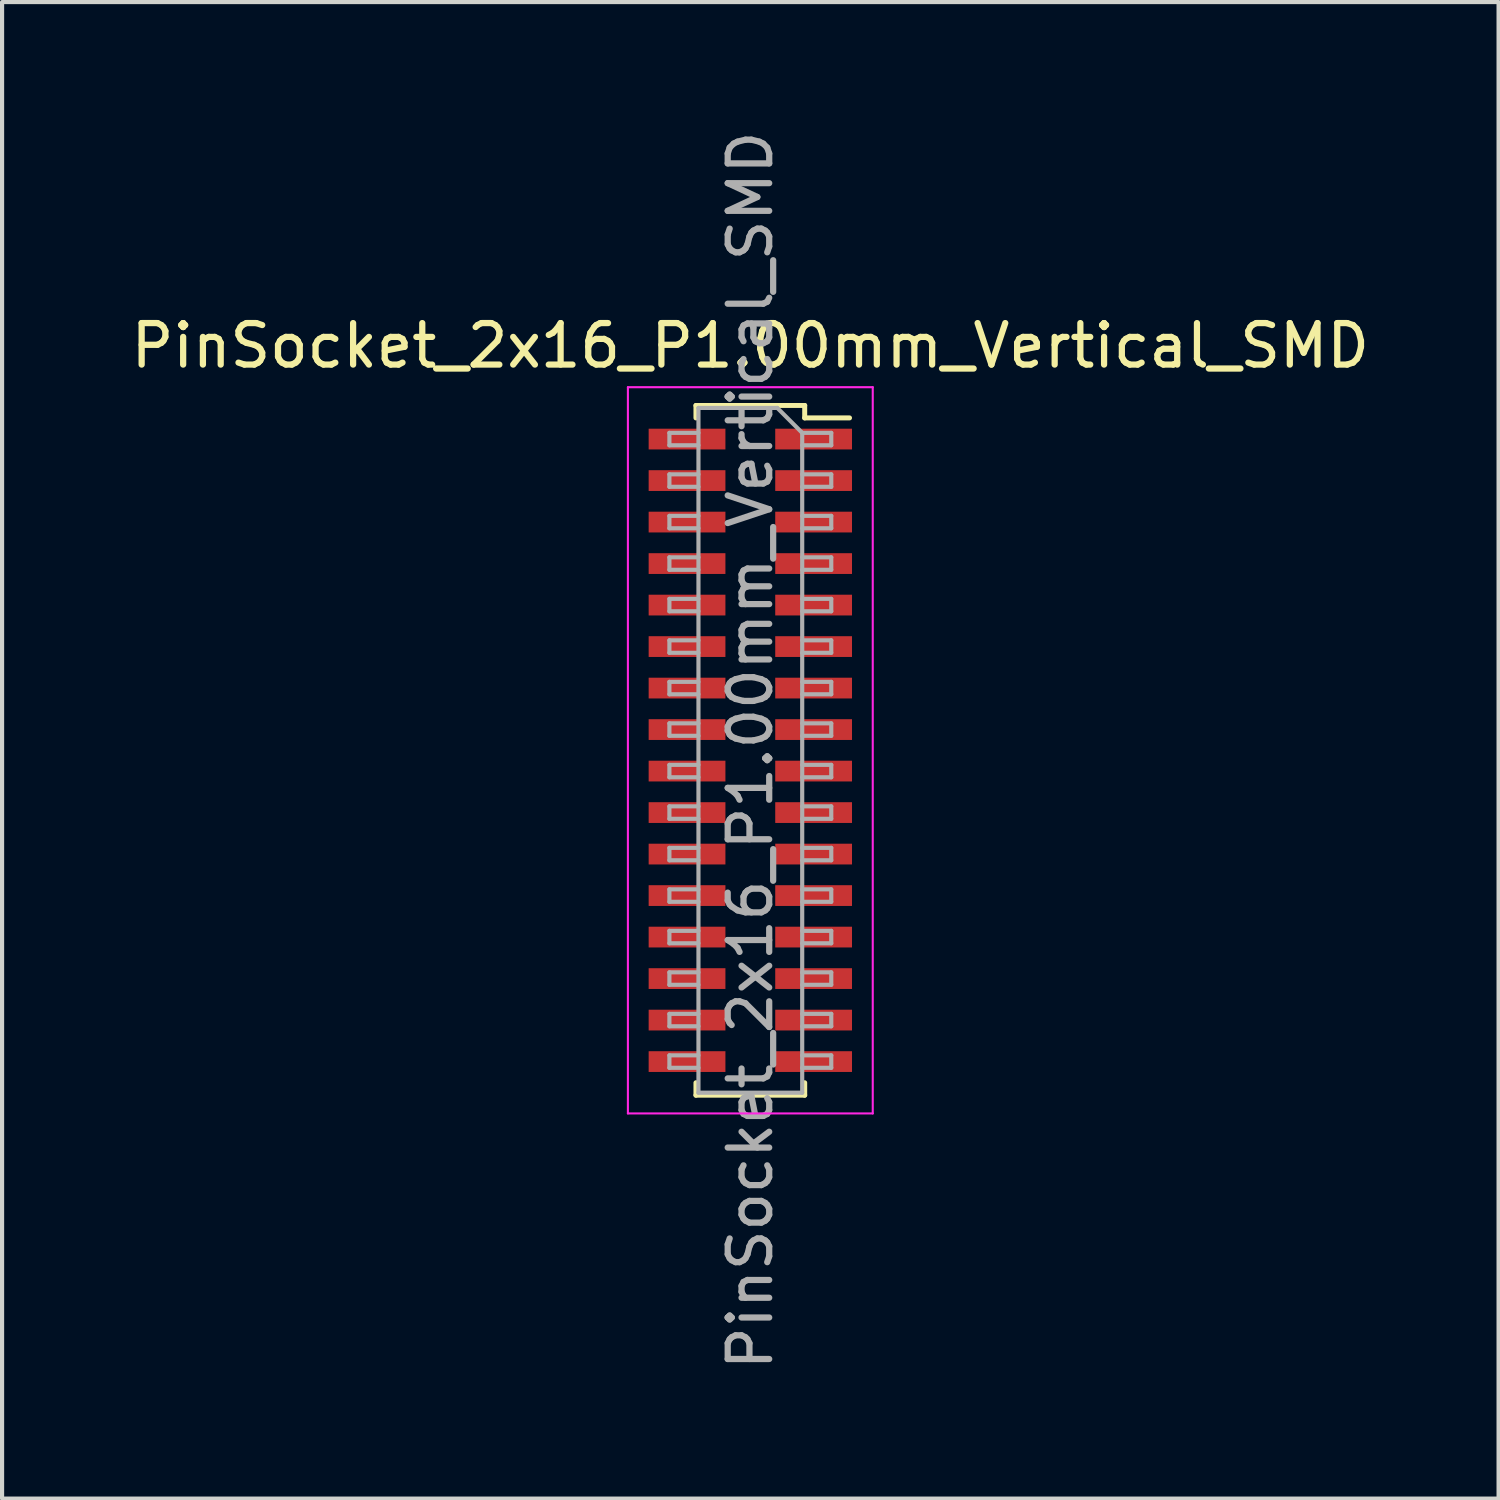
<source format=kicad_pcb>
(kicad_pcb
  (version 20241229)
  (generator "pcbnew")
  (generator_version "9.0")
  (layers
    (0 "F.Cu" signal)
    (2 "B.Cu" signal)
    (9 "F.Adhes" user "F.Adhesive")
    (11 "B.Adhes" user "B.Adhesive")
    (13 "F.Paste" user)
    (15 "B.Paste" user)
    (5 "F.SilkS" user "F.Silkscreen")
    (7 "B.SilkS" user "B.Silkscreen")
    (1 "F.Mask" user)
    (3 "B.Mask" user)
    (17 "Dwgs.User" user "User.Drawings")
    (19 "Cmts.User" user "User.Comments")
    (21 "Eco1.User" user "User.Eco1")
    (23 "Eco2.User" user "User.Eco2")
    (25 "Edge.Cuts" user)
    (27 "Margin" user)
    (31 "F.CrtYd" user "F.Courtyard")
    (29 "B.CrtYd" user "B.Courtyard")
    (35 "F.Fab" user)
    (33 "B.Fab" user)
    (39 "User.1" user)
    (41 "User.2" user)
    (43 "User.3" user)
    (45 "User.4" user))
  (footprint "PinSocket_2x16_P1.00mm_Vertical_SMD"
    (layer "F.Cu")
    (at 15.03 15.03)
    (property "Reference" "PinSocket_2x16_P1.00mm_Vertical_SMD" (at 0 -9.75 0) (layer "F.SilkS") (effects (font (size 1 1) (thickness 0.15))))
    (attr smd)
    (fp_line (start -1.31 -8.31) (end -1.31 -8.01) (stroke (width 0.12) (type solid)) (layer "F.SilkS"))
    (fp_line (start -1.31 -8.31) (end 1.31 -8.31) (stroke (width 0.12) (type solid)) (layer "F.SilkS"))
    (fp_line (start -1.31 8.01) (end -1.31 8.31) (stroke (width 0.12) (type solid)) (layer "F.SilkS"))
    (fp_line (start -1.31 8.31) (end 1.31 8.31) (stroke (width 0.12) (type solid)) (layer "F.SilkS"))
    (fp_line (start 1.31 -8.31) (end 1.31 -8.01) (stroke (width 0.12) (type solid)) (layer "F.SilkS"))
    (fp_line (start 1.31 -8.01) (end 2.39 -8.01) (stroke (width 0.12) (type solid)) (layer "F.SilkS"))
    (fp_line (start 1.31 8.01) (end 1.31 8.31) (stroke (width 0.12) (type solid)) (layer "F.SilkS"))
    (fp_line (start -2.95 -8.75) (end 2.95 -8.75) (stroke (width 0.05) (type solid)) (layer "F.CrtYd"))
    (fp_line (start -2.95 8.75) (end -2.95 -8.75) (stroke (width 0.05) (type solid)) (layer "F.CrtYd"))
    (fp_line (start 2.95 -8.75) (end 2.95 8.75) (stroke (width 0.05) (type solid)) (layer "F.CrtYd"))
    (fp_line (start 2.95 8.75) (end -2.95 8.75) (stroke (width 0.05) (type solid)) (layer "F.CrtYd"))
    (fp_line (start -1.95 -7.65) (end -1.25 -7.65) (stroke (width 0.1) (type solid)) (layer "F.Fab"))
    (fp_line (start -1.95 -7.35) (end -1.95 -7.65) (stroke (width 0.1) (type solid)) (layer "F.Fab"))
    (fp_line (start -1.95 -6.65) (end -1.25 -6.65) (stroke (width 0.1) (type solid)) (layer "F.Fab"))
    (fp_line (start -1.95 -6.35) (end -1.95 -6.65) (stroke (width 0.1) (type solid)) (layer "F.Fab"))
    (fp_line (start -1.95 -5.65) (end -1.25 -5.65) (stroke (width 0.1) (type solid)) (layer "F.Fab"))
    (fp_line (start -1.95 -5.35) (end -1.95 -5.65) (stroke (width 0.1) (type solid)) (layer "F.Fab"))
    (fp_line (start -1.95 -4.65) (end -1.25 -4.65) (stroke (width 0.1) (type solid)) (layer "F.Fab"))
    (fp_line (start -1.95 -4.35) (end -1.95 -4.65) (stroke (width 0.1) (type solid)) (layer "F.Fab"))
    (fp_line (start -1.95 -3.65) (end -1.25 -3.65) (stroke (width 0.1) (type solid)) (layer "F.Fab"))
    (fp_line (start -1.95 -3.35) (end -1.95 -3.65) (stroke (width 0.1) (type solid)) (layer "F.Fab"))
    (fp_line (start -1.95 -2.65) (end -1.25 -2.65) (stroke (width 0.1) (type solid)) (layer "F.Fab"))
    (fp_line (start -1.95 -2.35) (end -1.95 -2.65) (stroke (width 0.1) (type solid)) (layer "F.Fab"))
    (fp_line (start -1.95 -1.65) (end -1.25 -1.65) (stroke (width 0.1) (type solid)) (layer "F.Fab"))
    (fp_line (start -1.95 -1.35) (end -1.95 -1.65) (stroke (width 0.1) (type solid)) (layer "F.Fab"))
    (fp_line (start -1.95 -0.65) (end -1.25 -0.65) (stroke (width 0.1) (type solid)) (layer "F.Fab"))
    (fp_line (start -1.95 -0.35) (end -1.95 -0.65) (stroke (width 0.1) (type solid)) (layer "F.Fab"))
    (fp_line (start -1.95 0.35) (end -1.25 0.35) (stroke (width 0.1) (type solid)) (layer "F.Fab"))
    (fp_line (start -1.95 0.65) (end -1.95 0.35) (stroke (width 0.1) (type solid)) (layer "F.Fab"))
    (fp_line (start -1.95 1.35) (end -1.25 1.35) (stroke (width 0.1) (type solid)) (layer "F.Fab"))
    (fp_line (start -1.95 1.65) (end -1.95 1.35) (stroke (width 0.1) (type solid)) (layer "F.Fab"))
    (fp_line (start -1.95 2.35) (end -1.25 2.35) (stroke (width 0.1) (type solid)) (layer "F.Fab"))
    (fp_line (start -1.95 2.65) (end -1.95 2.35) (stroke (width 0.1) (type solid)) (layer "F.Fab"))
    (fp_line (start -1.95 3.35) (end -1.25 3.35) (stroke (width 0.1) (type solid)) (layer "F.Fab"))
    (fp_line (start -1.95 3.65) (end -1.95 3.35) (stroke (width 0.1) (type solid)) (layer "F.Fab"))
    (fp_line (start -1.95 4.35) (end -1.25 4.35) (stroke (width 0.1) (type solid)) (layer "F.Fab"))
    (fp_line (start -1.95 4.65) (end -1.95 4.35) (stroke (width 0.1) (type solid)) (layer "F.Fab"))
    (fp_line (start -1.95 5.35) (end -1.25 5.35) (stroke (width 0.1) (type solid)) (layer "F.Fab"))
    (fp_line (start -1.95 5.65) (end -1.95 5.35) (stroke (width 0.1) (type solid)) (layer "F.Fab"))
    (fp_line (start -1.95 6.35) (end -1.25 6.35) (stroke (width 0.1) (type solid)) (layer "F.Fab"))
    (fp_line (start -1.95 6.65) (end -1.95 6.35) (stroke (width 0.1) (type solid)) (layer "F.Fab"))
    (fp_line (start -1.95 7.35) (end -1.25 7.35) (stroke (width 0.1) (type solid)) (layer "F.Fab"))
    (fp_line (start -1.95 7.65) (end -1.95 7.35) (stroke (width 0.1) (type solid)) (layer "F.Fab"))
    (fp_line (start -1.25 -8.25) (end 0.65 -8.25) (stroke (width 0.1) (type solid)) (layer "F.Fab"))
    (fp_line (start -1.25 -7.35) (end -1.95 -7.35) (stroke (width 0.1) (type solid)) (layer "F.Fab"))
    (fp_line (start -1.25 -6.35) (end -1.95 -6.35) (stroke (width 0.1) (type solid)) (layer "F.Fab"))
    (fp_line (start -1.25 -5.35) (end -1.95 -5.35) (stroke (width 0.1) (type solid)) (layer "F.Fab"))
    (fp_line (start -1.25 -4.35) (end -1.95 -4.35) (stroke (width 0.1) (type solid)) (layer "F.Fab"))
    (fp_line (start -1.25 -3.35) (end -1.95 -3.35) (stroke (width 0.1) (type solid)) (layer "F.Fab"))
    (fp_line (start -1.25 -2.35) (end -1.95 -2.35) (stroke (width 0.1) (type solid)) (layer "F.Fab"))
    (fp_line (start -1.25 -1.35) (end -1.95 -1.35) (stroke (width 0.1) (type solid)) (layer "F.Fab"))
    (fp_line (start -1.25 -0.35) (end -1.95 -0.35) (stroke (width 0.1) (type solid)) (layer "F.Fab"))
    (fp_line (start -1.25 0.65) (end -1.95 0.65) (stroke (width 0.1) (type solid)) (layer "F.Fab"))
    (fp_line (start -1.25 1.65) (end -1.95 1.65) (stroke (width 0.1) (type solid)) (layer "F.Fab"))
    (fp_line (start -1.25 2.65) (end -1.95 2.65) (stroke (width 0.1) (type solid)) (layer "F.Fab"))
    (fp_line (start -1.25 3.65) (end -1.95 3.65) (stroke (width 0.1) (type solid)) (layer "F.Fab"))
    (fp_line (start -1.25 4.65) (end -1.95 4.65) (stroke (width 0.1) (type solid)) (layer "F.Fab"))
    (fp_line (start -1.25 5.65) (end -1.95 5.65) (stroke (width 0.1) (type solid)) (layer "F.Fab"))
    (fp_line (start -1.25 6.65) (end -1.95 6.65) (stroke (width 0.1) (type solid)) (layer "F.Fab"))
    (fp_line (start -1.25 7.65) (end -1.95 7.65) (stroke (width 0.1) (type solid)) (layer "F.Fab"))
    (fp_line (start -1.25 8.25) (end -1.25 -8.25) (stroke (width 0.1) (type solid)) (layer "F.Fab"))
    (fp_line (start 0.65 -8.25) (end 1.25 -7.65) (stroke (width 0.1) (type solid)) (layer "F.Fab"))
    (fp_line (start 1.25 -7.65) (end 1.25 8.25) (stroke (width 0.1) (type solid)) (layer "F.Fab"))
    (fp_line (start 1.25 -7.65) (end 1.95 -7.65) (stroke (width 0.1) (type solid)) (layer "F.Fab"))
    (fp_line (start 1.25 -6.65) (end 1.95 -6.65) (stroke (width 0.1) (type solid)) (layer "F.Fab"))
    (fp_line (start 1.25 -5.65) (end 1.95 -5.65) (stroke (width 0.1) (type solid)) (layer "F.Fab"))
    (fp_line (start 1.25 -4.65) (end 1.95 -4.65) (stroke (width 0.1) (type solid)) (layer "F.Fab"))
    (fp_line (start 1.25 -3.65) (end 1.95 -3.65) (stroke (width 0.1) (type solid)) (layer "F.Fab"))
    (fp_line (start 1.25 -2.65) (end 1.95 -2.65) (stroke (width 0.1) (type solid)) (layer "F.Fab"))
    (fp_line (start 1.25 -1.65) (end 1.95 -1.65) (stroke (width 0.1) (type solid)) (layer "F.Fab"))
    (fp_line (start 1.25 -0.65) (end 1.95 -0.65) (stroke (width 0.1) (type solid)) (layer "F.Fab"))
    (fp_line (start 1.25 0.35) (end 1.95 0.35) (stroke (width 0.1) (type solid)) (layer "F.Fab"))
    (fp_line (start 1.25 1.35) (end 1.95 1.35) (stroke (width 0.1) (type solid)) (layer "F.Fab"))
    (fp_line (start 1.25 2.35) (end 1.95 2.35) (stroke (width 0.1) (type solid)) (layer "F.Fab"))
    (fp_line (start 1.25 3.35) (end 1.95 3.35) (stroke (width 0.1) (type solid)) (layer "F.Fab"))
    (fp_line (start 1.25 4.35) (end 1.95 4.35) (stroke (width 0.1) (type solid)) (layer "F.Fab"))
    (fp_line (start 1.25 5.35) (end 1.95 5.35) (stroke (width 0.1) (type solid)) (layer "F.Fab"))
    (fp_line (start 1.25 6.35) (end 1.95 6.35) (stroke (width 0.1) (type solid)) (layer "F.Fab"))
    (fp_line (start 1.25 7.35) (end 1.95 7.35) (stroke (width 0.1) (type solid)) (layer "F.Fab"))
    (fp_line (start 1.25 8.25) (end -1.25 8.25) (stroke (width 0.1) (type solid)) (layer "F.Fab"))
    (fp_line (start 1.95 -7.65) (end 1.95 -7.35) (stroke (width 0.1) (type solid)) (layer "F.Fab"))
    (fp_line (start 1.95 -7.35) (end 1.25 -7.35) (stroke (width 0.1) (type solid)) (layer "F.Fab"))
    (fp_line (start 1.95 -6.65) (end 1.95 -6.35) (stroke (width 0.1) (type solid)) (layer "F.Fab"))
    (fp_line (start 1.95 -6.35) (end 1.25 -6.35) (stroke (width 0.1) (type solid)) (layer "F.Fab"))
    (fp_line (start 1.95 -5.65) (end 1.95 -5.35) (stroke (width 0.1) (type solid)) (layer "F.Fab"))
    (fp_line (start 1.95 -5.35) (end 1.25 -5.35) (stroke (width 0.1) (type solid)) (layer "F.Fab"))
    (fp_line (start 1.95 -4.65) (end 1.95 -4.35) (stroke (width 0.1) (type solid)) (layer "F.Fab"))
    (fp_line (start 1.95 -4.35) (end 1.25 -4.35) (stroke (width 0.1) (type solid)) (layer "F.Fab"))
    (fp_line (start 1.95 -3.65) (end 1.95 -3.35) (stroke (width 0.1) (type solid)) (layer "F.Fab"))
    (fp_line (start 1.95 -3.35) (end 1.25 -3.35) (stroke (width 0.1) (type solid)) (layer "F.Fab"))
    (fp_line (start 1.95 -2.65) (end 1.95 -2.35) (stroke (width 0.1) (type solid)) (layer "F.Fab"))
    (fp_line (start 1.95 -2.35) (end 1.25 -2.35) (stroke (width 0.1) (type solid)) (layer "F.Fab"))
    (fp_line (start 1.95 -1.65) (end 1.95 -1.35) (stroke (width 0.1) (type solid)) (layer "F.Fab"))
    (fp_line (start 1.95 -1.35) (end 1.25 -1.35) (stroke (width 0.1) (type solid)) (layer "F.Fab"))
    (fp_line (start 1.95 -0.65) (end 1.95 -0.35) (stroke (width 0.1) (type solid)) (layer "F.Fab"))
    (fp_line (start 1.95 -0.35) (end 1.25 -0.35) (stroke (width 0.1) (type solid)) (layer "F.Fab"))
    (fp_line (start 1.95 0.35) (end 1.95 0.65) (stroke (width 0.1) (type solid)) (layer "F.Fab"))
    (fp_line (start 1.95 0.65) (end 1.25 0.65) (stroke (width 0.1) (type solid)) (layer "F.Fab"))
    (fp_line (start 1.95 1.35) (end 1.95 1.65) (stroke (width 0.1) (type solid)) (layer "F.Fab"))
    (fp_line (start 1.95 1.65) (end 1.25 1.65) (stroke (width 0.1) (type solid)) (layer "F.Fab"))
    (fp_line (start 1.95 2.35) (end 1.95 2.65) (stroke (width 0.1) (type solid)) (layer "F.Fab"))
    (fp_line (start 1.95 2.65) (end 1.25 2.65) (stroke (width 0.1) (type solid)) (layer "F.Fab"))
    (fp_line (start 1.95 3.35) (end 1.95 3.65) (stroke (width 0.1) (type solid)) (layer "F.Fab"))
    (fp_line (start 1.95 3.65) (end 1.25 3.65) (stroke (width 0.1) (type solid)) (layer "F.Fab"))
    (fp_line (start 1.95 4.35) (end 1.95 4.65) (stroke (width 0.1) (type solid)) (layer "F.Fab"))
    (fp_line (start 1.95 4.65) (end 1.25 4.65) (stroke (width 0.1) (type solid)) (layer "F.Fab"))
    (fp_line (start 1.95 5.35) (end 1.95 5.65) (stroke (width 0.1) (type solid)) (layer "F.Fab"))
    (fp_line (start 1.95 5.65) (end 1.25 5.65) (stroke (width 0.1) (type solid)) (layer "F.Fab"))
    (fp_line (start 1.95 6.35) (end 1.95 6.65) (stroke (width 0.1) (type solid)) (layer "F.Fab"))
    (fp_line (start 1.95 6.65) (end 1.25 6.65) (stroke (width 0.1) (type solid)) (layer "F.Fab"))
    (fp_line (start 1.95 7.35) (end 1.95 7.65) (stroke (width 0.1) (type solid)) (layer "F.Fab"))
    (fp_line (start 1.95 7.65) (end 1.25 7.65) (stroke (width 0.1) (type solid)) (layer "F.Fab"))
    (fp_text user "${REFERENCE}" (at 0 0 90) (layer "F.Fab") (effects (font (size 1 1) (thickness 0.15))))
    (pad "1" smd rect (at 1.525 -7.5) (size 1.85 0.5) (layers "F.Cu" "F.Mask" "F.Paste"))
    (pad "2" smd rect (at -1.525 -7.5) (size 1.85 0.5) (layers "F.Cu" "F.Mask" "F.Paste"))
    (pad "3" smd rect (at 1.525 -6.5) (size 1.85 0.5) (layers "F.Cu" "F.Mask" "F.Paste"))
    (pad "4" smd rect (at -1.525 -6.5) (size 1.85 0.5) (layers "F.Cu" "F.Mask" "F.Paste"))
    (pad "5" smd rect (at 1.525 -5.5) (size 1.85 0.5) (layers "F.Cu" "F.Mask" "F.Paste"))
    (pad "6" smd rect (at -1.525 -5.5) (size 1.85 0.5) (layers "F.Cu" "F.Mask" "F.Paste"))
    (pad "7" smd rect (at 1.525 -4.5) (size 1.85 0.5) (layers "F.Cu" "F.Mask" "F.Paste"))
    (pad "8" smd rect (at -1.525 -4.5) (size 1.85 0.5) (layers "F.Cu" "F.Mask" "F.Paste"))
    (pad "9" smd rect (at 1.525 -3.5) (size 1.85 0.5) (layers "F.Cu" "F.Mask" "F.Paste"))
    (pad "10" smd rect (at -1.525 -3.5) (size 1.85 0.5) (layers "F.Cu" "F.Mask" "F.Paste"))
    (pad "11" smd rect (at 1.525 -2.5) (size 1.85 0.5) (layers "F.Cu" "F.Mask" "F.Paste"))
    (pad "12" smd rect (at -1.525 -2.5) (size 1.85 0.5) (layers "F.Cu" "F.Mask" "F.Paste"))
    (pad "13" smd rect (at 1.525 -1.5) (size 1.85 0.5) (layers "F.Cu" "F.Mask" "F.Paste"))
    (pad "14" smd rect (at -1.525 -1.5) (size 1.85 0.5) (layers "F.Cu" "F.Mask" "F.Paste"))
    (pad "15" smd rect (at 1.525 -0.5) (size 1.85 0.5) (layers "F.Cu" "F.Mask" "F.Paste"))
    (pad "16" smd rect (at -1.525 -0.5) (size 1.85 0.5) (layers "F.Cu" "F.Mask" "F.Paste"))
    (pad "17" smd rect (at 1.525 0.5) (size 1.85 0.5) (layers "F.Cu" "F.Mask" "F.Paste"))
    (pad "18" smd rect (at -1.525 0.5) (size 1.85 0.5) (layers "F.Cu" "F.Mask" "F.Paste"))
    (pad "19" smd rect (at 1.525 1.5) (size 1.85 0.5) (layers "F.Cu" "F.Mask" "F.Paste"))
    (pad "20" smd rect (at -1.525 1.5) (size 1.85 0.5) (layers "F.Cu" "F.Mask" "F.Paste"))
    (pad "21" smd rect (at 1.525 2.5) (size 1.85 0.5) (layers "F.Cu" "F.Mask" "F.Paste"))
    (pad "22" smd rect (at -1.525 2.5) (size 1.85 0.5) (layers "F.Cu" "F.Mask" "F.Paste"))
    (pad "23" smd rect (at 1.525 3.5) (size 1.85 0.5) (layers "F.Cu" "F.Mask" "F.Paste"))
    (pad "24" smd rect (at -1.525 3.5) (size 1.85 0.5) (layers "F.Cu" "F.Mask" "F.Paste"))
    (pad "25" smd rect (at 1.525 4.5) (size 1.85 0.5) (layers "F.Cu" "F.Mask" "F.Paste"))
    (pad "26" smd rect (at -1.525 4.5) (size 1.85 0.5) (layers "F.Cu" "F.Mask" "F.Paste"))
    (pad "27" smd rect (at 1.525 5.5) (size 1.85 0.5) (layers "F.Cu" "F.Mask" "F.Paste"))
    (pad "28" smd rect (at -1.525 5.5) (size 1.85 0.5) (layers "F.Cu" "F.Mask" "F.Paste"))
    (pad "29" smd rect (at 1.525 6.5) (size 1.85 0.5) (layers "F.Cu" "F.Mask" "F.Paste"))
    (pad "30" smd rect (at -1.525 6.5) (size 1.85 0.5) (layers "F.Cu" "F.Mask" "F.Paste"))
    (pad "31" smd rect (at 1.525 7.5) (size 1.85 0.5) (layers "F.Cu" "F.Mask" "F.Paste"))
    (pad "32" smd rect (at -1.525 7.5) (size 1.85 0.5) (layers "F.Cu" "F.Mask" "F.Paste")))
  (gr_rect
    (start -3 -3)
    (end 33.06 33.06)
    (stroke (width 0.1) (type default))
    (fill no)
    (layer "Edge.Cuts")))
</source>
